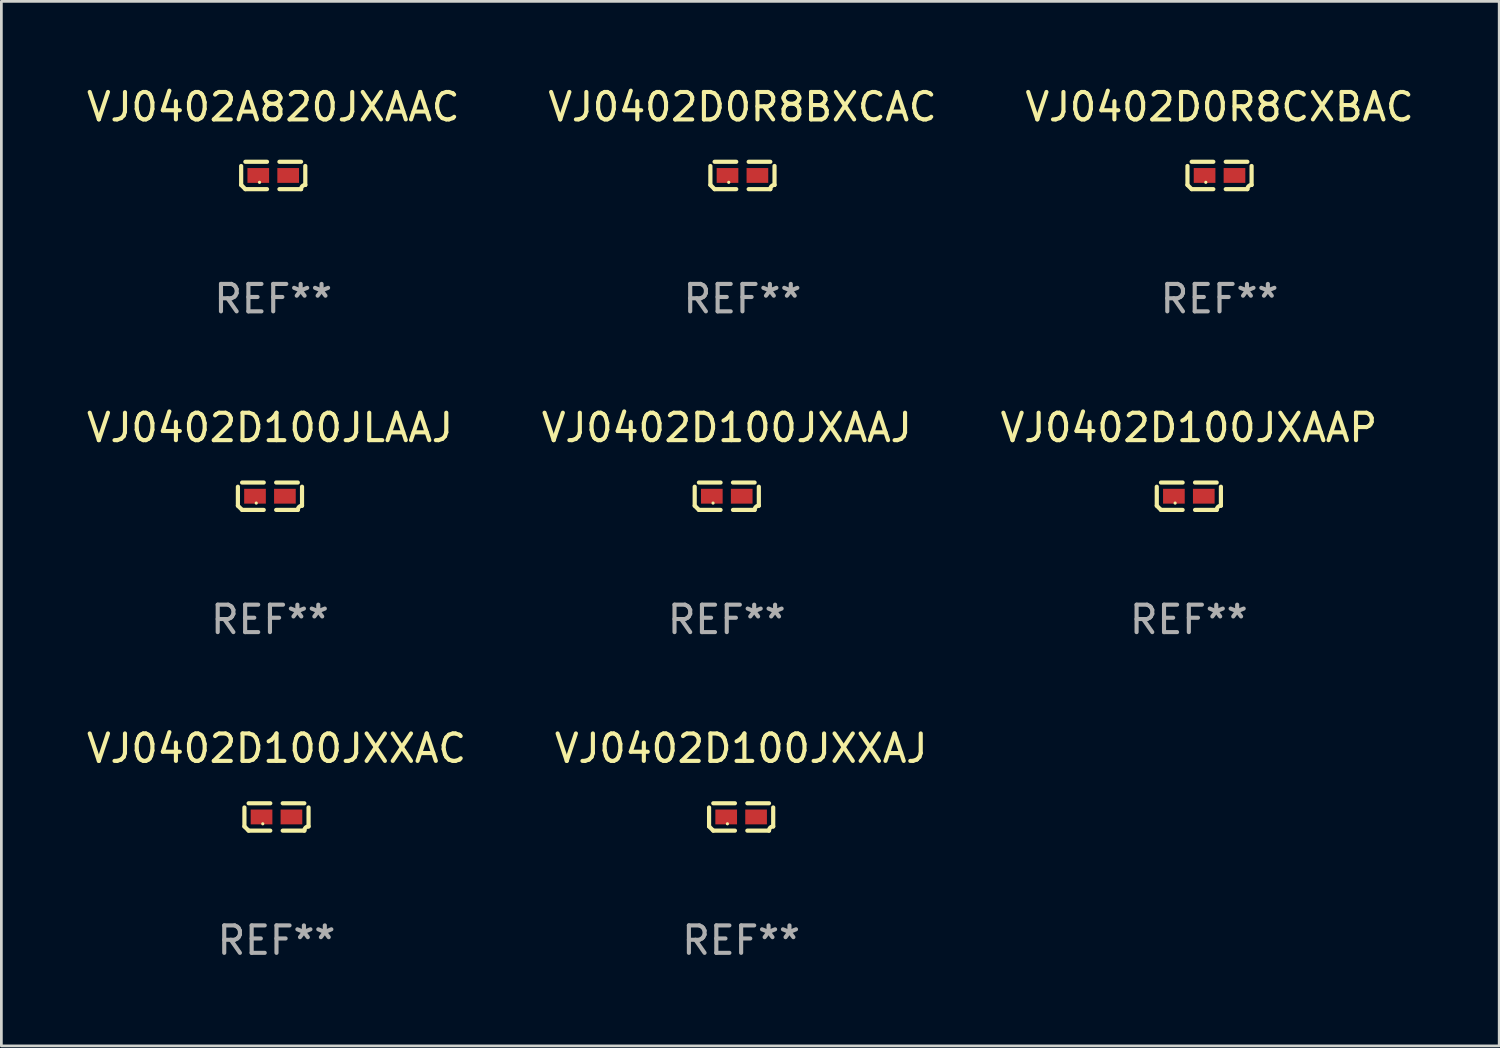
<source format=kicad_pcb>
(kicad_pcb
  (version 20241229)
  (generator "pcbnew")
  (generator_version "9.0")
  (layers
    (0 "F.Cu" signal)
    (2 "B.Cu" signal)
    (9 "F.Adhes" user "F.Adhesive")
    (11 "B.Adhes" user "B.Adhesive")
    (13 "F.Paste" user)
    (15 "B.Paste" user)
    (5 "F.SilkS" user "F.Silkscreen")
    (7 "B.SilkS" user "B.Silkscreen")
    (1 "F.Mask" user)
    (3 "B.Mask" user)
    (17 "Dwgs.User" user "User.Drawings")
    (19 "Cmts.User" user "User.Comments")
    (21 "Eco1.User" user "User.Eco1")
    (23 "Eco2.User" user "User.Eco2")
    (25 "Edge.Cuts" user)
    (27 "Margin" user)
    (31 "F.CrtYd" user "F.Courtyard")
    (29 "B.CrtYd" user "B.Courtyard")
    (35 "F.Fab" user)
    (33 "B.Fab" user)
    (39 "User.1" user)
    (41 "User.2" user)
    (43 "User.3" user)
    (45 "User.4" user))
  (footprint "VJ0402D100JLAAJ"
    (layer "F.Cu")
    (at 6.792 15.041)
    (property "Reference" "VJ0402D100JLAAJ" (at 0 -2.499 0) (layer "F.SilkS") (effects (font (size 1 1) (thickness 0.15))))
    (attr through_hole)
    (fp_line (start -1.169 0.346) (end -1.169 -0.346) (stroke (width 0.152) (type solid)) (layer "F.SilkS"))
    (fp_line (start -1.016 -0.499) (end -0.226 -0.499) (stroke (width 0.152) (type solid)) (layer "F.SilkS"))
    (fp_line (start -0.226 0.499) (end -1.016 0.499) (stroke (width 0.152) (type solid)) (layer "F.SilkS"))
    (fp_line (start 0.226 0.499) (end 1.016 0.499) (stroke (width 0.152) (type solid)) (layer "F.SilkS"))
    (fp_line (start 1.016 -0.499) (end 0.226 -0.499) (stroke (width 0.152) (type solid)) (layer "F.SilkS"))
    (fp_line (start 1.169 0.346) (end 1.169 -0.346) (stroke (width 0.152) (type solid)) (layer "F.SilkS"))
    (fp_arc (start -1.016307 0.498603) (mid -1.092512 0.422405) (end -1.16871 0.3462) (stroke (width 0.1524) (type solid)) (layer "F.SilkS"))
    (fp_arc (start 1.016307 0.498603) (mid 1.060899 0.390758) (end 1.168707 0.346076) (stroke (width 0.1524) (type solid)) (layer "F.SilkS"))
    (fp_circle (center -0.5 0.25) (end -0.47 0.25) (stroke (width 0.06) (type solid)) (fill no) (layer "F.SilkS"))
    (fp_text user "REF**" (at 0 4.499 0) (layer "F.Fab") (effects (font (size 1 1) (thickness 0.15))))
    (pad "1" smd rect (at -0.545 0) (size 0.79 0.54) (layers "F.Cu" "F.Mask" "F.Paste"))
    (pad "2" smd rect (at 0.545 0) (size 0.79 0.54) (layers "F.Cu" "F.Mask" "F.Paste")))
  (footprint "VJ0402D0R8BXCAC"
    (layer "F.Cu")
    (at 24.018 3.347)
    (property "Reference" "VJ0402D0R8BXCAC" (at 0 -2.499 0) (layer "F.SilkS") (effects (font (size 1 1) (thickness 0.15))))
    (attr through_hole)
    (fp_line (start -1.169 0.346) (end -1.169 -0.346) (stroke (width 0.152) (type solid)) (layer "F.SilkS"))
    (fp_line (start -1.016 -0.499) (end -0.226 -0.499) (stroke (width 0.152) (type solid)) (layer "F.SilkS"))
    (fp_line (start -0.226 0.499) (end -1.016 0.499) (stroke (width 0.152) (type solid)) (layer "F.SilkS"))
    (fp_line (start 0.226 0.499) (end 1.016 0.499) (stroke (width 0.152) (type solid)) (layer "F.SilkS"))
    (fp_line (start 1.016 -0.499) (end 0.226 -0.499) (stroke (width 0.152) (type solid)) (layer "F.SilkS"))
    (fp_line (start 1.169 0.346) (end 1.169 -0.346) (stroke (width 0.152) (type solid)) (layer "F.SilkS"))
    (fp_arc (start -1.016307 0.498603) (mid -1.092512 0.422405) (end -1.16871 0.3462) (stroke (width 0.1524) (type solid)) (layer "F.SilkS"))
    (fp_arc (start 1.016307 0.498603) (mid 1.060899 0.390758) (end 1.168707 0.346076) (stroke (width 0.1524) (type solid)) (layer "F.SilkS"))
    (fp_circle (center -0.5 0.25) (end -0.47 0.25) (stroke (width 0.06) (type solid)) (fill no) (layer "F.SilkS"))
    (fp_text user "REF**" (at 0 4.499 0) (layer "F.Fab") (effects (font (size 1 1) (thickness 0.15))))
    (pad "1" smd rect (at -0.545 0) (size 0.79 0.54) (layers "F.Cu" "F.Mask" "F.Paste"))
    (pad "2" smd rect (at 0.545 0) (size 0.79 0.54) (layers "F.Cu" "F.Mask" "F.Paste")))
  (footprint "VJ0402D100JXAAP"
    (layer "F.Cu")
    (at 40.292 15.041)
    (property "Reference" "VJ0402D100JXAAP" (at 0 -2.499 0) (layer "F.SilkS") (effects (font (size 1 1) (thickness 0.15))))
    (attr through_hole)
    (fp_line (start -1.169 0.346) (end -1.169 -0.346) (stroke (width 0.152) (type solid)) (layer "F.SilkS"))
    (fp_line (start -1.016 -0.499) (end -0.226 -0.499) (stroke (width 0.152) (type solid)) (layer "F.SilkS"))
    (fp_line (start -0.226 0.499) (end -1.016 0.499) (stroke (width 0.152) (type solid)) (layer "F.SilkS"))
    (fp_line (start 0.226 0.499) (end 1.016 0.499) (stroke (width 0.152) (type solid)) (layer "F.SilkS"))
    (fp_line (start 1.016 -0.499) (end 0.226 -0.499) (stroke (width 0.152) (type solid)) (layer "F.SilkS"))
    (fp_line (start 1.169 0.346) (end 1.169 -0.346) (stroke (width 0.152) (type solid)) (layer "F.SilkS"))
    (fp_arc (start -1.016307 0.498603) (mid -1.092512 0.422405) (end -1.16871 0.3462) (stroke (width 0.1524) (type solid)) (layer "F.SilkS"))
    (fp_arc (start 1.016307 0.498603) (mid 1.060899 0.390758) (end 1.168707 0.346076) (stroke (width 0.1524) (type solid)) (layer "F.SilkS"))
    (fp_circle (center -0.5 0.25) (end -0.47 0.25) (stroke (width 0.06) (type solid)) (fill no) (layer "F.SilkS"))
    (fp_text user "REF**" (at 0 4.499 0) (layer "F.Fab") (effects (font (size 1 1) (thickness 0.15))))
    (pad "1" smd rect (at -0.545 0) (size 0.79 0.54) (layers "F.Cu" "F.Mask" "F.Paste"))
    (pad "2" smd rect (at 0.545 0) (size 0.79 0.54) (layers "F.Cu" "F.Mask" "F.Paste")))
  (footprint "VJ0402D0R8CXBAC"
    (layer "F.Cu")
    (at 41.411 3.347)
    (property "Reference" "VJ0402D0R8CXBAC" (at 0 -2.499 0) (layer "F.SilkS") (effects (font (size 1 1) (thickness 0.15))))
    (attr through_hole)
    (fp_line (start -1.169 0.346) (end -1.169 -0.346) (stroke (width 0.152) (type solid)) (layer "F.SilkS"))
    (fp_line (start -1.016 -0.499) (end -0.226 -0.499) (stroke (width 0.152) (type solid)) (layer "F.SilkS"))
    (fp_line (start -0.226 0.499) (end -1.016 0.499) (stroke (width 0.152) (type solid)) (layer "F.SilkS"))
    (fp_line (start 0.226 0.499) (end 1.016 0.499) (stroke (width 0.152) (type solid)) (layer "F.SilkS"))
    (fp_line (start 1.016 -0.499) (end 0.226 -0.499) (stroke (width 0.152) (type solid)) (layer "F.SilkS"))
    (fp_line (start 1.169 0.346) (end 1.169 -0.346) (stroke (width 0.152) (type solid)) (layer "F.SilkS"))
    (fp_arc (start -1.016307 0.498603) (mid -1.092512 0.422405) (end -1.16871 0.3462) (stroke (width 0.1524) (type solid)) (layer "F.SilkS"))
    (fp_arc (start 1.016307 0.498603) (mid 1.060899 0.390758) (end 1.168707 0.346076) (stroke (width 0.1524) (type solid)) (layer "F.SilkS"))
    (fp_circle (center -0.5 0.25) (end -0.47 0.25) (stroke (width 0.06) (type solid)) (fill no) (layer "F.SilkS"))
    (fp_text user "REF**" (at 0 4.499 0) (layer "F.Fab") (effects (font (size 1 1) (thickness 0.15))))
    (pad "1" smd rect (at -0.545 0) (size 0.79 0.54) (layers "F.Cu" "F.Mask" "F.Paste"))
    (pad "2" smd rect (at 0.545 0) (size 0.79 0.54) (layers "F.Cu" "F.Mask" "F.Paste")))
  (footprint "VJ0402D100JXXAJ"
    (layer "F.Cu")
    (at 23.97 26.734)
    (property "Reference" "VJ0402D100JXXAJ" (at 0 -2.499 0) (layer "F.SilkS") (effects (font (size 1 1) (thickness 0.15))))
    (attr through_hole)
    (fp_line (start -1.169 0.346) (end -1.169 -0.346) (stroke (width 0.152) (type solid)) (layer "F.SilkS"))
    (fp_line (start -1.016 -0.499) (end -0.226 -0.499) (stroke (width 0.152) (type solid)) (layer "F.SilkS"))
    (fp_line (start -0.226 0.499) (end -1.016 0.499) (stroke (width 0.152) (type solid)) (layer "F.SilkS"))
    (fp_line (start 0.226 0.499) (end 1.016 0.499) (stroke (width 0.152) (type solid)) (layer "F.SilkS"))
    (fp_line (start 1.016 -0.499) (end 0.226 -0.499) (stroke (width 0.152) (type solid)) (layer "F.SilkS"))
    (fp_line (start 1.169 0.346) (end 1.169 -0.346) (stroke (width 0.152) (type solid)) (layer "F.SilkS"))
    (fp_arc (start -1.016307 0.498603) (mid -1.092512 0.422405) (end -1.16871 0.3462) (stroke (width 0.1524) (type solid)) (layer "F.SilkS"))
    (fp_arc (start 1.016307 0.498603) (mid 1.060899 0.390758) (end 1.168707 0.346076) (stroke (width 0.1524) (type solid)) (layer "F.SilkS"))
    (fp_circle (center -0.5 0.25) (end -0.47 0.25) (stroke (width 0.06) (type solid)) (fill no) (layer "F.SilkS"))
    (fp_text user "REF**" (at 0 4.499 0) (layer "F.Fab") (effects (font (size 1 1) (thickness 0.15))))
    (pad "1" smd rect (at -0.545 0) (size 0.79 0.54) (layers "F.Cu" "F.Mask" "F.Paste"))
    (pad "2" smd rect (at 0.545 0) (size 0.79 0.54) (layers "F.Cu" "F.Mask" "F.Paste")))
  (footprint "VJ0402D100JXXAC"
    (layer "F.Cu")
    (at 7.03 26.734)
    (property "Reference" "VJ0402D100JXXAC" (at 0 -2.499 0) (layer "F.SilkS") (effects (font (size 1 1) (thickness 0.15))))
    (attr through_hole)
    (fp_line (start -1.169 0.346) (end -1.169 -0.346) (stroke (width 0.152) (type solid)) (layer "F.SilkS"))
    (fp_line (start -1.016 -0.499) (end -0.226 -0.499) (stroke (width 0.152) (type solid)) (layer "F.SilkS"))
    (fp_line (start -0.226 0.499) (end -1.016 0.499) (stroke (width 0.152) (type solid)) (layer "F.SilkS"))
    (fp_line (start 0.226 0.499) (end 1.016 0.499) (stroke (width 0.152) (type solid)) (layer "F.SilkS"))
    (fp_line (start 1.016 -0.499) (end 0.226 -0.499) (stroke (width 0.152) (type solid)) (layer "F.SilkS"))
    (fp_line (start 1.169 0.346) (end 1.169 -0.346) (stroke (width 0.152) (type solid)) (layer "F.SilkS"))
    (fp_arc (start -1.016307 0.498603) (mid -1.092512 0.422405) (end -1.16871 0.3462) (stroke (width 0.1524) (type solid)) (layer "F.SilkS"))
    (fp_arc (start 1.016307 0.498603) (mid 1.060899 0.390758) (end 1.168707 0.346076) (stroke (width 0.1524) (type solid)) (layer "F.SilkS"))
    (fp_circle (center -0.5 0.25) (end -0.47 0.25) (stroke (width 0.06) (type solid)) (fill no) (layer "F.SilkS"))
    (fp_text user "REF**" (at 0 4.499 0) (layer "F.Fab") (effects (font (size 1 1) (thickness 0.15))))
    (pad "1" smd rect (at -0.545 0) (size 0.79 0.54) (layers "F.Cu" "F.Mask" "F.Paste"))
    (pad "2" smd rect (at 0.545 0) (size 0.79 0.54) (layers "F.Cu" "F.Mask" "F.Paste")))
  (footprint "VJ0402A820JXAAC"
    (layer "F.Cu")
    (at 6.911 3.347)
    (property "Reference" "VJ0402A820JXAAC" (at 0 -2.499 0) (layer "F.SilkS") (effects (font (size 1 1) (thickness 0.15))))
    (attr through_hole)
    (fp_line (start -1.169 0.346) (end -1.169 -0.346) (stroke (width 0.152) (type solid)) (layer "F.SilkS"))
    (fp_line (start -1.016 -0.499) (end -0.226 -0.499) (stroke (width 0.152) (type solid)) (layer "F.SilkS"))
    (fp_line (start -0.226 0.499) (end -1.016 0.499) (stroke (width 0.152) (type solid)) (layer "F.SilkS"))
    (fp_line (start 0.226 0.499) (end 1.016 0.499) (stroke (width 0.152) (type solid)) (layer "F.SilkS"))
    (fp_line (start 1.016 -0.499) (end 0.226 -0.499) (stroke (width 0.152) (type solid)) (layer "F.SilkS"))
    (fp_line (start 1.169 0.346) (end 1.169 -0.346) (stroke (width 0.152) (type solid)) (layer "F.SilkS"))
    (fp_arc (start -1.016307 0.498603) (mid -1.092512 0.422405) (end -1.16871 0.3462) (stroke (width 0.1524) (type solid)) (layer "F.SilkS"))
    (fp_arc (start 1.016307 0.498603) (mid 1.060899 0.390758) (end 1.168707 0.346076) (stroke (width 0.1524) (type solid)) (layer "F.SilkS"))
    (fp_circle (center -0.5 0.25) (end -0.47 0.25) (stroke (width 0.06) (type solid)) (fill no) (layer "F.SilkS"))
    (fp_text user "REF**" (at 0 4.499 0) (layer "F.Fab") (effects (font (size 1 1) (thickness 0.15))))
    (pad "1" smd rect (at -0.545 0) (size 0.79 0.54) (layers "F.Cu" "F.Mask" "F.Paste"))
    (pad "2" smd rect (at 0.545 0) (size 0.79 0.54) (layers "F.Cu" "F.Mask" "F.Paste")))
  (footprint "VJ0402D100JXAAJ"
    (layer "F.Cu")
    (at 23.446 15.041)
    (property "Reference" "VJ0402D100JXAAJ" (at 0 -2.499 0) (layer "F.SilkS") (effects (font (size 1 1) (thickness 0.15))))
    (attr through_hole)
    (fp_line (start -1.169 0.346) (end -1.169 -0.346) (stroke (width 0.152) (type solid)) (layer "F.SilkS"))
    (fp_line (start -1.016 -0.499) (end -0.226 -0.499) (stroke (width 0.152) (type solid)) (layer "F.SilkS"))
    (fp_line (start -0.226 0.499) (end -1.016 0.499) (stroke (width 0.152) (type solid)) (layer "F.SilkS"))
    (fp_line (start 0.226 0.499) (end 1.016 0.499) (stroke (width 0.152) (type solid)) (layer "F.SilkS"))
    (fp_line (start 1.016 -0.499) (end 0.226 -0.499) (stroke (width 0.152) (type solid)) (layer "F.SilkS"))
    (fp_line (start 1.169 0.346) (end 1.169 -0.346) (stroke (width 0.152) (type solid)) (layer "F.SilkS"))
    (fp_arc (start -1.016307 0.498603) (mid -1.092512 0.422405) (end -1.16871 0.3462) (stroke (width 0.1524) (type solid)) (layer "F.SilkS"))
    (fp_arc (start 1.016307 0.498603) (mid 1.060899 0.390758) (end 1.168707 0.346076) (stroke (width 0.1524) (type solid)) (layer "F.SilkS"))
    (fp_circle (center -0.5 0.25) (end -0.47 0.25) (stroke (width 0.06) (type solid)) (fill no) (layer "F.SilkS"))
    (fp_text user "REF**" (at 0 4.499 0) (layer "F.Fab") (effects (font (size 1 1) (thickness 0.15))))
    (pad "1" smd rect (at -0.545 0) (size 0.79 0.54) (layers "F.Cu" "F.Mask" "F.Paste"))
    (pad "2" smd rect (at 0.545 0) (size 0.79 0.54) (layers "F.Cu" "F.Mask" "F.Paste")))
  (gr_rect
    (start -3 -3)
    (end 51.607 35.081)
    (stroke (width 0.1) (type default))
    (fill no)
    (layer "Edge.Cuts")))
</source>
